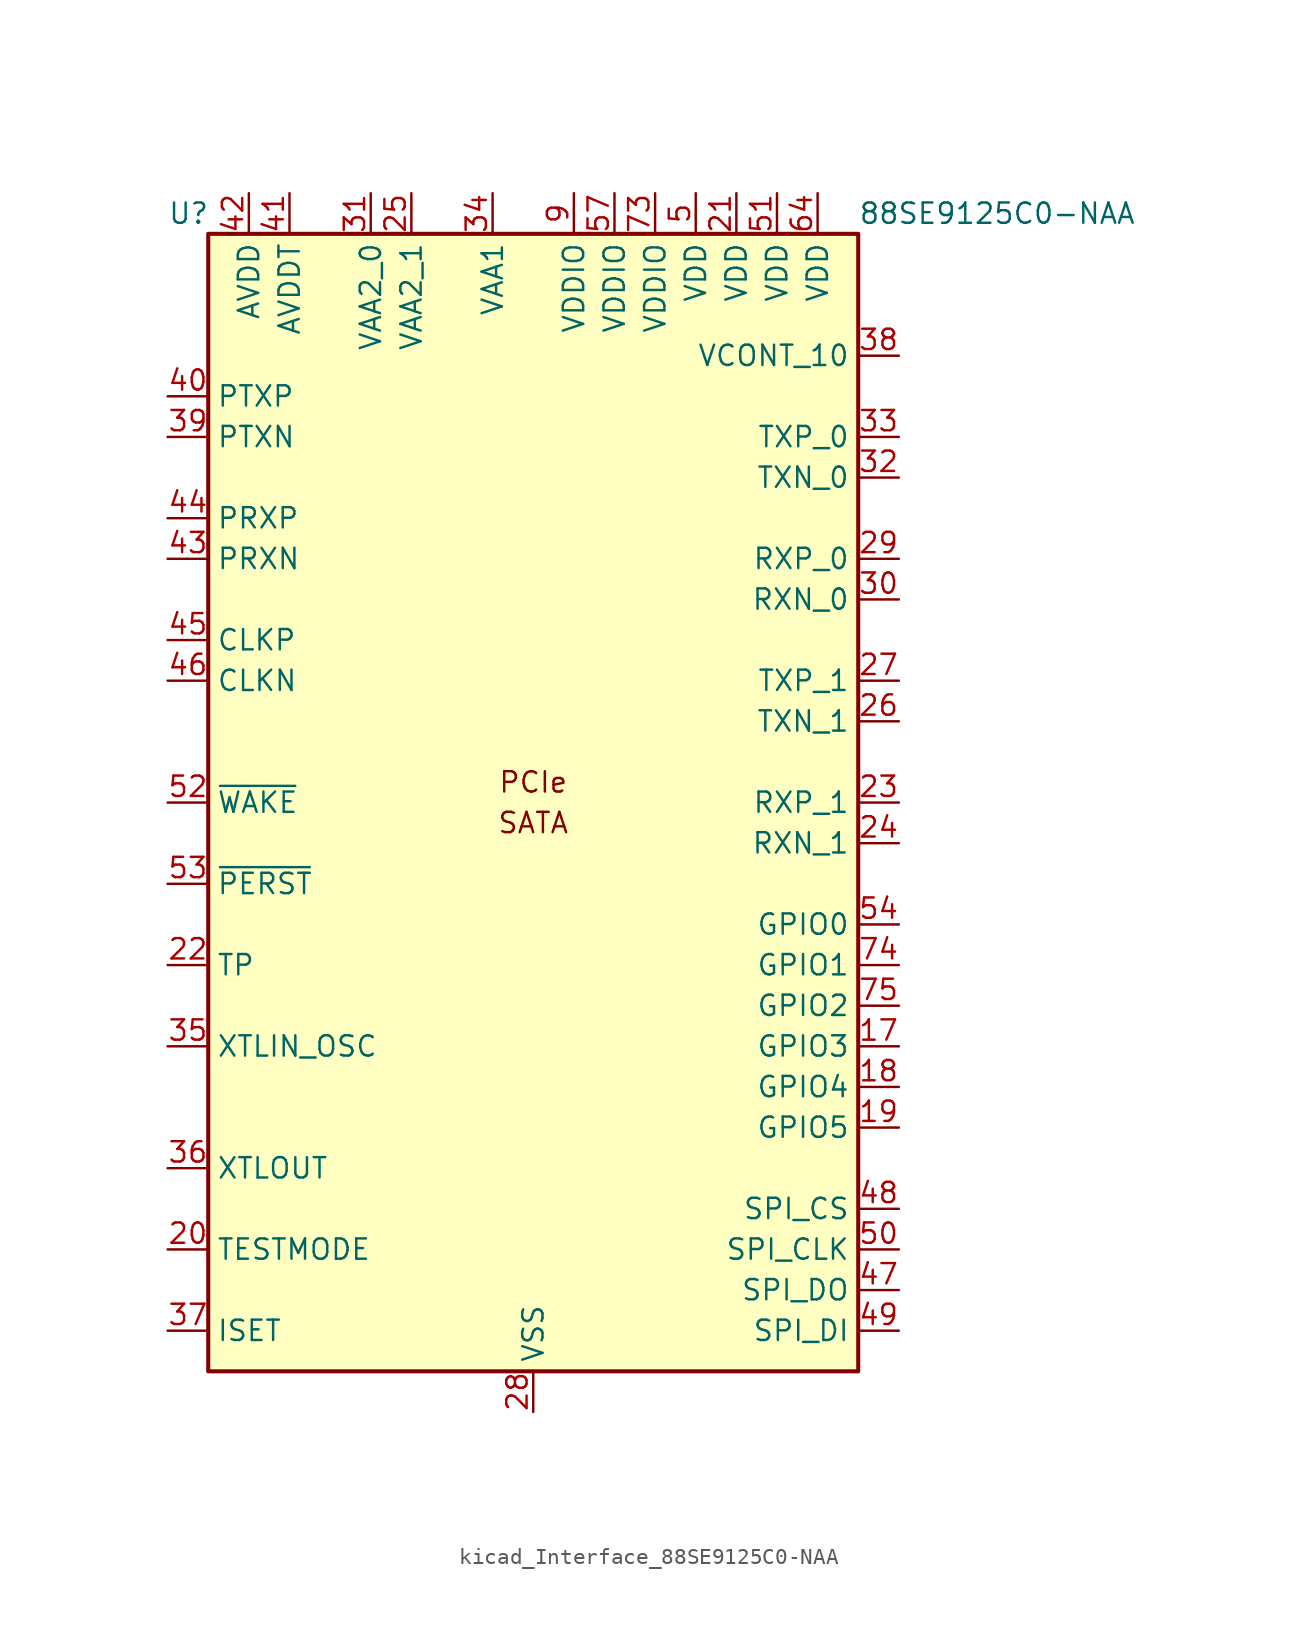
<source format=kicad_sym>
(kicad_symbol_lib
  (version 20220914)
  (generator kicad_symbol_editor)
  (symbol "kicad_Interface_88SE9125C0-NAA"
    (property "Reference" "U"
      (at -22.86 36.83 0)
      (effects (font (size 1.27 1.27)) (justify left)))
    (property "Value" "88SE9125C0-NAA"
      (at 20.32 36.83 0)
      (effects (font (size 1.27 1.27)) (justify left)))
    (symbol "kicad_Interface_88SE9125C0-NAA_0_0"
      (text "PCIe" (at 0 1.27 0) (effects (font (size 1.27 1.27)))))
    (symbol "kicad_Interface_88SE9125C0-NAA_0_1"
      (rectangle (start -20.32 35.56) (end 20.32 -35.56) (stroke (width 0.254) (type default)) (fill (type background))))
    (symbol "kicad_Interface_88SE9125C0-NAA_1_0"
      (text "SATA" (at 0 -1.27 0) (effects (font (size 1.27 1.27)))))
    (symbol "kicad_Interface_88SE9125C0-NAA_1_1"
      (pin no_connect line (at 20.32 25.4 180) (length 2.54) hide (name "NC" (effects (font (size 1.27 1.27)))) (number "1" (effects (font (size 1.27 1.27)))))
      (pin no_connect line (at -20.32 -7.62 0) (length 2.54) hide (name "NC" (effects (font (size 1.27 1.27)))) (number "10" (effects (font (size 1.27 1.27)))))
      (pin no_connect line (at 5.08 -35.56 90) (length 2.54) hide (name "NC" (effects (font (size 1.27 1.27)))) (number "11" (effects (font (size 1.27 1.27)))))
      (pin no_connect line (at -20.32 -30.48 0) (length 2.54) hide (name "NC" (effects (font (size 1.27 1.27)))) (number "12" (effects (font (size 1.27 1.27)))))
      (pin passive line (at 10.16 38.1 270) (length 2.54) hide (name "VDD" (effects (font (size 1.27 1.27)))) (number "13" (effects (font (size 1.27 1.27)))))
      (pin no_connect line (at -20.32 -25.4 0) (length 2.54) hide (name "NC" (effects (font (size 1.27 1.27)))) (number "14" (effects (font (size 1.27 1.27)))))
      (pin no_connect line (at -20.32 -20.32 0) (length 2.54) hide (name "NC" (effects (font (size 1.27 1.27)))) (number "15" (effects (font (size 1.27 1.27)))))
      (pin no_connect line (at -20.32 -17.78 0) (length 2.54) hide (name "NC" (effects (font (size 1.27 1.27)))) (number "16" (effects (font (size 1.27 1.27)))))
      (pin bidirectional line (at 22.86 -15.24 180) (length 2.54) (name "GPIO3" (effects (font (size 1.27 1.27)))) (number "17" (effects (font (size 1.27 1.27)))))
      (pin bidirectional line (at 22.86 -17.78 180) (length 2.54) (name "GPIO4" (effects (font (size 1.27 1.27)))) (number "18" (effects (font (size 1.27 1.27)))))
      (pin bidirectional line (at 22.86 -20.32 180) (length 2.54) (name "GPIO5" (effects (font (size 1.27 1.27)))) (number "19" (effects (font (size 1.27 1.27)))))
      (pin no_connect line (at 20.32 17.78 180) (length 2.54) hide (name "NC" (effects (font (size 1.27 1.27)))) (number "2" (effects (font (size 1.27 1.27)))))
      (pin input line (at -22.86 -27.94 0) (length 2.54) (name "TESTMODE" (effects (font (size 1.27 1.27)))) (number "20" (effects (font (size 1.27 1.27)))))
      (pin power_in line (at 12.7 38.1 270) (length 2.54) (name "VDD" (effects (font (size 1.27 1.27)))) (number "21" (effects (font (size 1.27 1.27)))))
      (pin bidirectional line (at -22.86 -10.16 0) (length 2.54) (name "TP" (effects (font (size 1.27 1.27)))) (number "22" (effects (font (size 1.27 1.27)))))
      (pin input line (at 22.86 0 180) (length 2.54) (name "RXP_1" (effects (font (size 1.27 1.27)))) (number "23" (effects (font (size 1.27 1.27)))))
      (pin input line (at 22.86 -2.54 180) (length 2.54) (name "RXN_1" (effects (font (size 1.27 1.27)))) (number "24" (effects (font (size 1.27 1.27)))))
      (pin power_in line (at -7.62 38.1 270) (length 2.54) (name "VAA2_1" (effects (font (size 1.27 1.27)))) (number "25" (effects (font (size 1.27 1.27)))))
      (pin output line (at 22.86 5.08 180) (length 2.54) (name "TXN_1" (effects (font (size 1.27 1.27)))) (number "26" (effects (font (size 1.27 1.27)))))
      (pin output line (at 22.86 7.62 180) (length 2.54) (name "TXP_1" (effects (font (size 1.27 1.27)))) (number "27" (effects (font (size 1.27 1.27)))))
      (pin power_in line (at 0 -38.1 90) (length 2.54) (name "VSS" (effects (font (size 1.27 1.27)))) (number "28" (effects (font (size 1.27 1.27)))))
      (pin input line (at 22.86 15.24 180) (length 2.54) (name "RXP_0" (effects (font (size 1.27 1.27)))) (number "29" (effects (font (size 1.27 1.27)))))
      (pin no_connect line (at 20.32 10.16 180) (length 2.54) hide (name "NC" (effects (font (size 1.27 1.27)))) (number "3" (effects (font (size 1.27 1.27)))))
      (pin input line (at 22.86 12.7 180) (length 2.54) (name "RXN_0" (effects (font (size 1.27 1.27)))) (number "30" (effects (font (size 1.27 1.27)))))
      (pin power_in line (at -10.16 38.1 270) (length 2.54) (name "VAA2_0" (effects (font (size 1.27 1.27)))) (number "31" (effects (font (size 1.27 1.27)))))
      (pin output line (at 22.86 20.32 180) (length 2.54) (name "TXN_0" (effects (font (size 1.27 1.27)))) (number "32" (effects (font (size 1.27 1.27)))))
      (pin output line (at 22.86 22.86 180) (length 2.54) (name "TXP_0" (effects (font (size 1.27 1.27)))) (number "33" (effects (font (size 1.27 1.27)))))
      (pin power_in line (at -2.54 38.1 270) (length 2.54) (name "VAA1" (effects (font (size 1.27 1.27)))) (number "34" (effects (font (size 1.27 1.27)))))
      (pin input line (at -22.86 -15.24 0) (length 2.54) (name "XTLIN_OSC" (effects (font (size 1.27 1.27)))) (number "35" (effects (font (size 1.27 1.27)))))
      (pin output line (at -22.86 -22.86 0) (length 2.54) (name "XTLOUT" (effects (font (size 1.27 1.27)))) (number "36" (effects (font (size 1.27 1.27)))))
      (pin bidirectional line (at -22.86 -33.02 0) (length 2.54) (name "ISET" (effects (font (size 1.27 1.27)))) (number "37" (effects (font (size 1.27 1.27)))))
      (pin output line (at 22.86 27.94 180) (length 2.54) (name "VCONT_10" (effects (font (size 1.27 1.27)))) (number "38" (effects (font (size 1.27 1.27)))))
      (pin output line (at -22.86 22.86 0) (length 2.54) (name "PTXN" (effects (font (size 1.27 1.27)))) (number "39" (effects (font (size 1.27 1.27)))))
      (pin no_connect line (at 20.32 2.54 180) (length 2.54) hide (name "NC" (effects (font (size 1.27 1.27)))) (number "4" (effects (font (size 1.27 1.27)))))
      (pin output line (at -22.86 25.4 0) (length 2.54) (name "PTXP" (effects (font (size 1.27 1.27)))) (number "40" (effects (font (size 1.27 1.27)))))
      (pin power_in line (at -15.24 38.1 270) (length 2.54) (name "AVDDT" (effects (font (size 1.27 1.27)))) (number "41" (effects (font (size 1.27 1.27)))))
      (pin power_in line (at -17.78 38.1 270) (length 2.54) (name "AVDD" (effects (font (size 1.27 1.27)))) (number "42" (effects (font (size 1.27 1.27)))))
      (pin input line (at -22.86 15.24 0) (length 2.54) (name "PRXN" (effects (font (size 1.27 1.27)))) (number "43" (effects (font (size 1.27 1.27)))))
      (pin input line (at -22.86 17.78 0) (length 2.54) (name "PRXP" (effects (font (size 1.27 1.27)))) (number "44" (effects (font (size 1.27 1.27)))))
      (pin input line (at -22.86 10.16 0) (length 2.54) (name "CLKP" (effects (font (size 1.27 1.27)))) (number "45" (effects (font (size 1.27 1.27)))))
      (pin input line (at -22.86 7.62 0) (length 2.54) (name "CLKN" (effects (font (size 1.27 1.27)))) (number "46" (effects (font (size 1.27 1.27)))))
      (pin output line (at 22.86 -30.48 180) (length 2.54) (name "SPI_DO" (effects (font (size 1.27 1.27)))) (number "47" (effects (font (size 1.27 1.27)))))
      (pin output line (at 22.86 -25.4 180) (length 2.54) (name "SPI_CS" (effects (font (size 1.27 1.27)))) (number "48" (effects (font (size 1.27 1.27)))))
      (pin input line (at 22.86 -33.02 180) (length 2.54) (name "SPI_DI" (effects (font (size 1.27 1.27)))) (number "49" (effects (font (size 1.27 1.27)))))
      (pin power_in line (at 10.16 38.1 270) (length 2.54) (name "VDD" (effects (font (size 1.27 1.27)))) (number "5" (effects (font (size 1.27 1.27)))))
      (pin output line (at 22.86 -27.94 180) (length 2.54) (name "SPI_CLK" (effects (font (size 1.27 1.27)))) (number "50" (effects (font (size 1.27 1.27)))))
      (pin power_in line (at 15.24 38.1 270) (length 2.54) (name "VDD" (effects (font (size 1.27 1.27)))) (number "51" (effects (font (size 1.27 1.27)))))
      (pin open_collector line (at -22.86 0 0) (length 2.54) (name "~{WAKE}" (effects (font (size 1.27 1.27)))) (number "52" (effects (font (size 1.27 1.27)))))
      (pin input line (at -22.86 -5.08 0) (length 2.54) (name "~{PERST}" (effects (font (size 1.27 1.27)))) (number "53" (effects (font (size 1.27 1.27)))))
      (pin bidirectional line (at 22.86 -7.62 180) (length 2.54) (name "GPIO0" (effects (font (size 1.27 1.27)))) (number "54" (effects (font (size 1.27 1.27)))))
      (pin no_connect line (at -20.32 -12.7 0) (length 2.54) hide (name "NC" (effects (font (size 1.27 1.27)))) (number "55" (effects (font (size 1.27 1.27)))))
      (pin no_connect line (at 20.32 30.48 180) (length 2.54) hide (name "NC" (effects (font (size 1.27 1.27)))) (number "56" (effects (font (size 1.27 1.27)))))
      (pin power_in line (at 5.08 38.1 270) (length 2.54) (name "VDDIO" (effects (font (size 1.27 1.27)))) (number "57" (effects (font (size 1.27 1.27)))))
      (pin no_connect line (at -20.32 2.54 0) (length 2.54) hide (name "NC" (effects (font (size 1.27 1.27)))) (number "58" (effects (font (size 1.27 1.27)))))
      (pin no_connect line (at -20.32 5.08 0) (length 2.54) hide (name "NC" (effects (font (size 1.27 1.27)))) (number "59" (effects (font (size 1.27 1.27)))))
      (pin no_connect line (at 20.32 -5.08 180) (length 2.54) hide (name "NC" (effects (font (size 1.27 1.27)))) (number "6" (effects (font (size 1.27 1.27)))))
      (pin no_connect line (at -20.32 12.7 0) (length 2.54) hide (name "NC" (effects (font (size 1.27 1.27)))) (number "60" (effects (font (size 1.27 1.27)))))
      (pin no_connect line (at -20.32 20.32 0) (length 2.54) hide (name "NC" (effects (font (size 1.27 1.27)))) (number "61" (effects (font (size 1.27 1.27)))))
      (pin no_connect line (at -20.32 27.94 0) (length 2.54) hide (name "NC" (effects (font (size 1.27 1.27)))) (number "62" (effects (font (size 1.27 1.27)))))
      (pin no_connect line (at -2.54 -35.56 90) (length 2.54) hide (name "NC" (effects (font (size 1.27 1.27)))) (number "63" (effects (font (size 1.27 1.27)))))
      (pin power_in line (at 17.78 38.1 270) (length 2.54) (name "VDD" (effects (font (size 1.27 1.27)))) (number "64" (effects (font (size 1.27 1.27)))))
      (pin no_connect line (at -5.08 -35.56 90) (length 2.54) hide (name "NC" (effects (font (size 1.27 1.27)))) (number "65" (effects (font (size 1.27 1.27)))))
      (pin no_connect line (at -7.62 -35.56 90) (length 2.54) hide (name "NC" (effects (font (size 1.27 1.27)))) (number "66" (effects (font (size 1.27 1.27)))))
      (pin no_connect line (at -10.16 -35.56 90) (length 2.54) hide (name "NC" (effects (font (size 1.27 1.27)))) (number "67" (effects (font (size 1.27 1.27)))))
      (pin no_connect line (at -12.7 -35.56 90) (length 2.54) hide (name "NC" (effects (font (size 1.27 1.27)))) (number "68" (effects (font (size 1.27 1.27)))))
      (pin no_connect line (at 2.54 -35.56 90) (length 2.54) hide (name "NC" (effects (font (size 1.27 1.27)))) (number "69" (effects (font (size 1.27 1.27)))))
      (pin no_connect line (at 20.32 -22.86 180) (length 2.54) hide (name "NC" (effects (font (size 1.27 1.27)))) (number "7" (effects (font (size 1.27 1.27)))))
      (pin no_connect line (at 7.62 -35.56 90) (length 2.54) hide (name "NC" (effects (font (size 1.27 1.27)))) (number "70" (effects (font (size 1.27 1.27)))))
      (pin passive line (at 17.78 38.1 270) (length 2.54) hide (name "VDD" (effects (font (size 1.27 1.27)))) (number "71" (effects (font (size 1.27 1.27)))))
      (pin no_connect line (at -12.7 35.56 270) (length 2.54) hide (name "NC" (effects (font (size 1.27 1.27)))) (number "72" (effects (font (size 1.27 1.27)))))
      (pin power_in line (at 7.62 38.1 270) (length 2.54) (name "VDDIO" (effects (font (size 1.27 1.27)))) (number "73" (effects (font (size 1.27 1.27)))))
      (pin bidirectional line (at 22.86 -10.16 180) (length 2.54) (name "GPIO1" (effects (font (size 1.27 1.27)))) (number "74" (effects (font (size 1.27 1.27)))))
      (pin bidirectional line (at 22.86 -12.7 180) (length 2.54) (name "GPIO2" (effects (font (size 1.27 1.27)))) (number "75" (effects (font (size 1.27 1.27)))))
      (pin no_connect line (at -5.08 35.56 270) (length 2.54) hide (name "NC" (effects (font (size 1.27 1.27)))) (number "76" (effects (font (size 1.27 1.27)))))
      (pin passive line (at 0 -38.1 90) (length 2.54) hide (name "VSS" (effects (font (size 1.27 1.27)))) (number "77" (effects (font (size 1.27 1.27)))))
      (pin no_connect line (at -20.32 -2.54 0) (length 2.54) hide (name "NC" (effects (font (size 1.27 1.27)))) (number "8" (effects (font (size 1.27 1.27)))))
      (pin power_in line (at 2.54 38.1 270) (length 2.54) (name "VDDIO" (effects (font (size 1.27 1.27)))) (number "9" (effects (font (size 1.27 1.27))))))))
</source>
